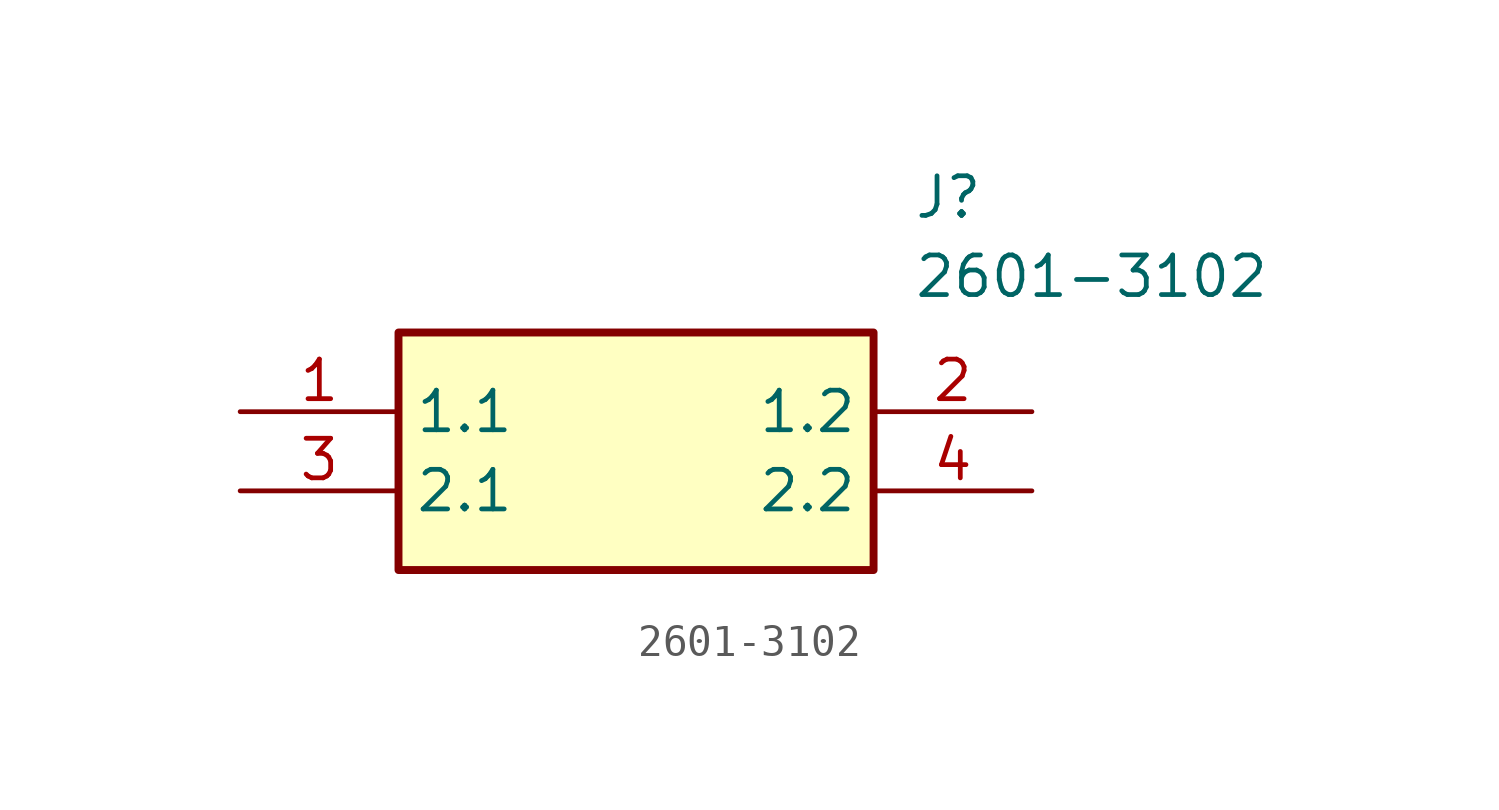
<source format=kicad_sym>
(kicad_symbol_lib
  (version 20211014)
  (generator SamacSys_ECAD_Model)
  (symbol "2601-3102"
    (property "Reference" "J"
      (at 21.59 7.62 0)
      (effects (font (size 1.27 1.27)) (justify left top)))
    (property "Value" "2601-3102"
      (at 21.59 5.08 0)
      (effects (font (size 1.27 1.27)) (justify left top)))
    (rectangle
      (start 5.08 2.54)
      (end 20.32 -5.08)
      (stroke (width 0.254) (type default))
      (fill (type background)))
    (pin passive line
      (at 0 0 0)
      (length 5.08)
      (name "1.1" (effects (font (size 1.27 1.27))))
      (number "1" (effects (font (size 1.27 1.27)))))
    (pin passive line
      (at 25.4 0 180)
      (length 5.08)
      (name "1.2" (effects (font (size 1.27 1.27))))
      (number "2" (effects (font (size 1.27 1.27)))))
    (pin passive line
      (at 0 -2.54 0)
      (length 5.08)
      (name "2.1" (effects (font (size 1.27 1.27))))
      (number "3" (effects (font (size 1.27 1.27)))))
    (pin passive line
      (at 25.4 -2.54 180)
      (length 5.08)
      (name "2.2" (effects (font (size 1.27 1.27))))
      (number "4" (effects (font (size 1.27 1.27)))))))
</source>
